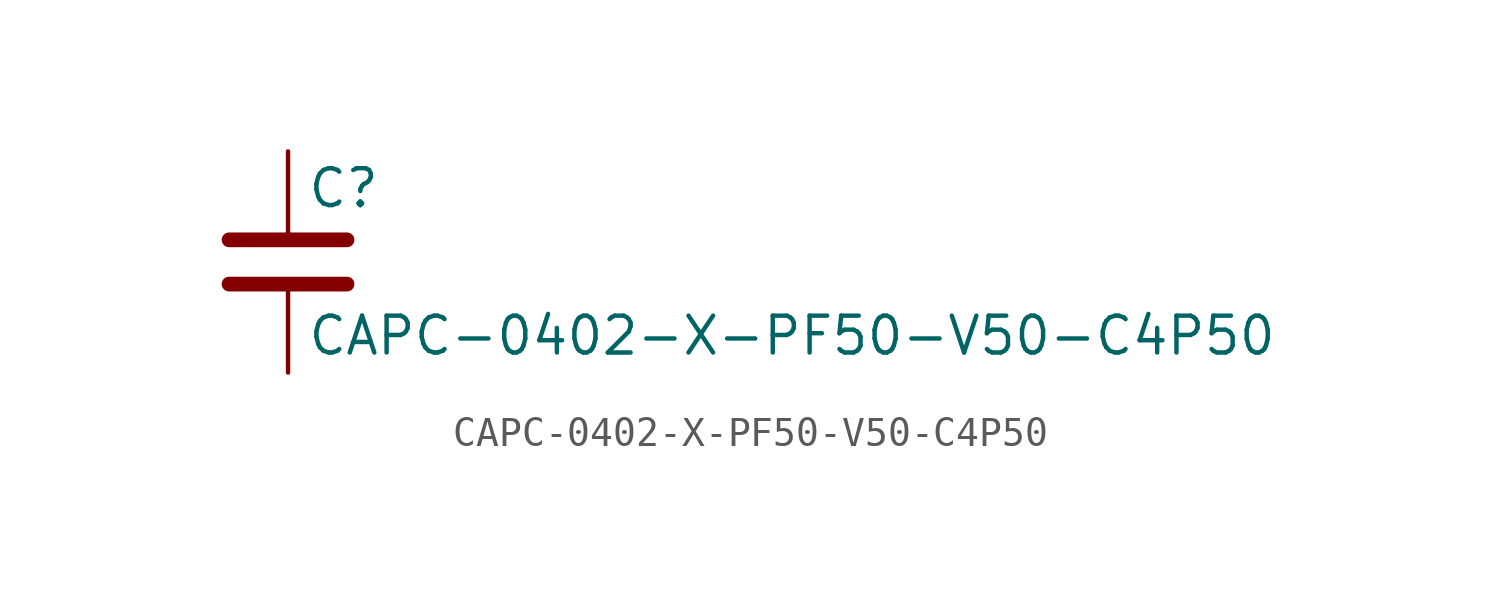
<source format=kicad_sym>
(kicad_symbol_lib
  (version 20211014)
  (generator kicad_symbol_editor)
  (symbol "CAPC-0402-X-PF50-V50-C4P50"
    (pin_numbers hide)
    (pin_names
      (offset 0.254))
    (property "Reference" "C"
      (at 0.635 2.54 0)
      (effects (font (size 1.27 1.27)) (justify left)))
    (property "Value" "CAPC-0402-X-PF50-V50-C4P50"
      (at 0.635 -2.54 0)
      (effects (font (size 1.27 1.27)) (justify left)))
    (symbol "CAPC-0402-X-PF50-V50-C4P50_0_1"
      (polyline (pts (xy -2.032 -0.762) (xy 2.032 -0.762)) (stroke (width 0.508) (type default) (color 0 0 0 0)) (fill (type none)))
      (polyline (pts (xy -2.032 0.762) (xy 2.032 0.762)) (stroke (width 0.508) (type default) (color 0 0 0 0)) (fill (type none))))
    (symbol "CAPC-0402-X-PF50-V50-C4P50_1_1"
      (pin passive line (at 0 3.81 270) (length 2.794) (name "~" (effects (font (size 1.27 1.27)))) (number "1" (effects (font (size 1.27 1.27)))))
      (pin passive line (at 0 -3.81 90) (length 2.794) (name "~" (effects (font (size 1.27 1.27)))) (number "2" (effects (font (size 1.27 1.27))))))))
</source>
